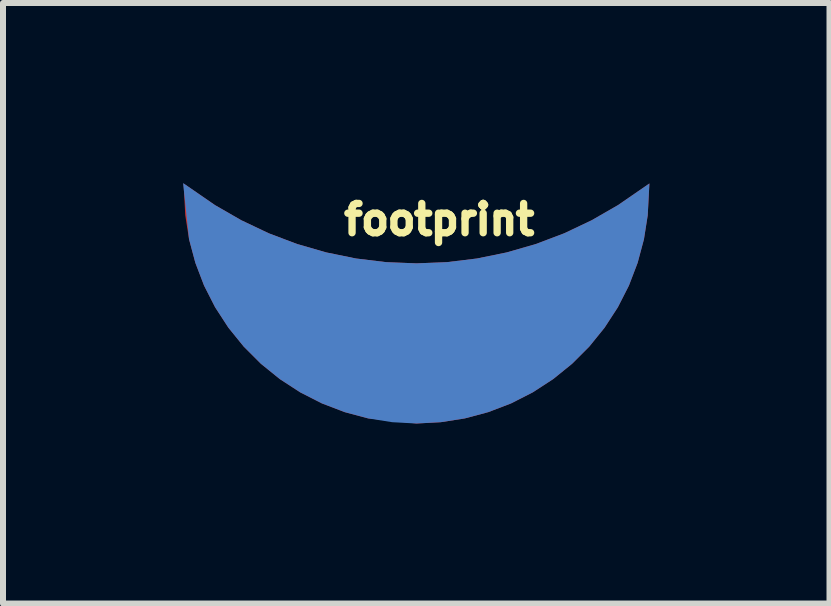
<source format=kicad_pcb>
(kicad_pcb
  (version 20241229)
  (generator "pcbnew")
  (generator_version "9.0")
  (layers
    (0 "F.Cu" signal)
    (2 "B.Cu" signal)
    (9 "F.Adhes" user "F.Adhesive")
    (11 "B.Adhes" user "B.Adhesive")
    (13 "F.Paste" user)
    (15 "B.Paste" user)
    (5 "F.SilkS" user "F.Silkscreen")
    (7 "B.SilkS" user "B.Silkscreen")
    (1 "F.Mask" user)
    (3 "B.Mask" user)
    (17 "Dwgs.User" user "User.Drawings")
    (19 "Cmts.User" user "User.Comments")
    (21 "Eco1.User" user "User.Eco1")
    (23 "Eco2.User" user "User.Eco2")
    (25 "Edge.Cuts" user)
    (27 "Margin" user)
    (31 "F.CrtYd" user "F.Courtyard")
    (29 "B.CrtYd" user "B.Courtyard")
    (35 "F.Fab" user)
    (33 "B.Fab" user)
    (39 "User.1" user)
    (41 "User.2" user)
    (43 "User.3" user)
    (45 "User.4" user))
  (footprint "footprint"
    (layer "F.Cu")
    (at 3.888 2.671)
    (property "Reference" "footprint" (at -1.27 -1.778 0) (layer "F.SilkS") (effects (font (size 0.488 0.488) (thickness 0.122)) (justify left bottom)))
    (fp_poly (pts (xy 3.852 -2.135) (xy 3.789 -1.735) (xy 3.684 -1.343) (xy 3.539 -0.964) (xy 3.355 -0.603) (xy 3.134 -0.263) (xy 2.879 0.052) (xy 2.592 0.339) (xy 2.277 0.594) (xy 1.937 0.815) (xy 1.576 0.999) (xy 1.197 1.144) (xy 0.805 1.249) (xy 0.405 1.312) (xy -0.002 1.334) (xy -0.804 1.249) (xy -1.197 1.144) (xy -1.576 0.999) (xy -1.937 0.815) (xy -2.277 0.594) (xy -2.592 0.339) (xy -2.879 0.052) (xy -3.134 -0.263) (xy -3.355 -0.603) (xy -3.539 -0.964) (xy -3.684 -1.343) (xy -3.789 -1.735) (xy -3.852 -2.135) (xy -3.88 -2.665) (xy -3.356 -2.304) (xy -2.918 -2.052) (xy -2.461 -1.835) (xy -1.988 -1.656) (xy -1.502 -1.516) (xy -1.007 -1.415) (xy -0.505 -1.354) (xy 0 -1.334) (xy 0.505 -1.354) (xy 1.007 -1.415) (xy 1.502 -1.516) (xy 1.988 -1.656) (xy 2.461 -1.835) (xy 2.918 -2.052) (xy 3.356 -2.304) (xy 3.88 -2.665)) (stroke (width 0) (type solid)) (fill yes) (layer "F.Cu"))
    (fp_poly (pts (xy 3.852 -2.135) (xy 3.789 -1.735) (xy 3.684 -1.343) (xy 3.539 -0.964) (xy 3.355 -0.603) (xy 3.134 -0.263) (xy 2.879 0.052) (xy 2.592 0.339) (xy 2.277 0.594) (xy 1.937 0.815) (xy 1.576 0.999) (xy 1.197 1.144) (xy 0.805 1.249) (xy 0.405 1.312) (xy -0.002 1.334) (xy -0.804 1.249) (xy -1.197 1.144) (xy -1.576 0.999) (xy -1.937 0.815) (xy -2.277 0.594) (xy -2.592 0.339) (xy -2.879 0.052) (xy -3.134 -0.263) (xy -3.355 -0.603) (xy -3.539 -0.964) (xy -3.684 -1.343) (xy -3.789 -1.735) (xy -3.852 -2.135) (xy -3.88 -2.665) (xy -3.356 -2.304) (xy -2.918 -2.052) (xy -2.461 -1.835) (xy -1.988 -1.656) (xy -1.502 -1.516) (xy -1.007 -1.415) (xy -0.505 -1.354) (xy 0 -1.334) (xy 0.505 -1.354) (xy 1.007 -1.415) (xy 1.502 -1.516) (xy 1.988 -1.656) (xy 2.461 -1.835) (xy 2.918 -2.052) (xy 3.356 -2.304) (xy 3.88 -2.665)) (stroke (width 0) (type solid)) (fill yes) (layer "F.Mask"))
    (fp_poly (pts (xy -3.356 -2.304) (xy -2.918 -2.052) (xy -2.461 -1.835) (xy -1.988 -1.656) (xy -1.502 -1.516) (xy -1.007 -1.415) (xy -0.505 -1.354) (xy 0 -1.334) (xy 0.505 -1.354) (xy 1.007 -1.415) (xy 1.502 -1.516) (xy 1.988 -1.656) (xy 2.461 -1.835) (xy 2.918 -2.052) (xy 3.356 -2.304) (xy 3.88 -2.665) (xy 3.852 -2.135) (xy 3.789 -1.735) (xy 3.684 -1.343) (xy 3.539 -0.964) (xy 3.355 -0.603) (xy 3.134 -0.263) (xy 2.879 0.052) (xy 2.592 0.339) (xy 2.277 0.594) (xy 1.937 0.815) (xy 1.576 0.999) (xy 1.197 1.144) (xy 0.805 1.249) (xy 0.405 1.312) (xy 0 1.334) (xy -0.405 1.312) (xy -0.805 1.249) (xy -1.197 1.144) (xy -1.576 0.999) (xy -1.937 0.815) (xy -2.277 0.594) (xy -2.592 0.339) (xy -2.879 0.052) (xy -3.134 -0.263) (xy -3.355 -0.603) (xy -3.539 -0.964) (xy -3.684 -1.343) (xy -3.789 -1.736) (xy -3.888 -2.671)) (stroke (width 0) (type solid)) (fill yes) (layer "B.Cu"))
    (fp_poly (pts (xy -3.356 -2.304) (xy -2.918 -2.052) (xy -2.461 -1.835) (xy -1.988 -1.656) (xy -1.502 -1.516) (xy -1.007 -1.415) (xy -0.505 -1.354) (xy 0 -1.334) (xy 0.505 -1.354) (xy 1.007 -1.415) (xy 1.502 -1.516) (xy 1.988 -1.656) (xy 2.461 -1.835) (xy 2.918 -2.052) (xy 3.356 -2.304) (xy 3.88 -2.665) (xy 3.852 -2.135) (xy 3.789 -1.735) (xy 3.684 -1.343) (xy 3.539 -0.964) (xy 3.355 -0.603) (xy 3.134 -0.263) (xy 2.879 0.052) (xy 2.592 0.339) (xy 2.277 0.594) (xy 1.937 0.815) (xy 1.576 0.999) (xy 1.197 1.144) (xy 0.805 1.249) (xy 0.405 1.312) (xy 0 1.334) (xy -0.405 1.312) (xy -0.805 1.249) (xy -1.197 1.144) (xy -1.576 0.999) (xy -1.937 0.815) (xy -2.277 0.594) (xy -2.592 0.339) (xy -2.879 0.052) (xy -3.134 -0.263) (xy -3.355 -0.603) (xy -3.539 -0.964) (xy -3.684 -1.343) (xy -3.789 -1.736) (xy -3.888 -2.671)) (stroke (width 0) (type solid)) (fill yes) (layer "B.Mask")))
  (gr_rect
    (start -3 -3)
    (end 10.768 7.004)
    (stroke (width 0.1) (type default))
    (fill no)
    (layer "Edge.Cuts")))
</source>
